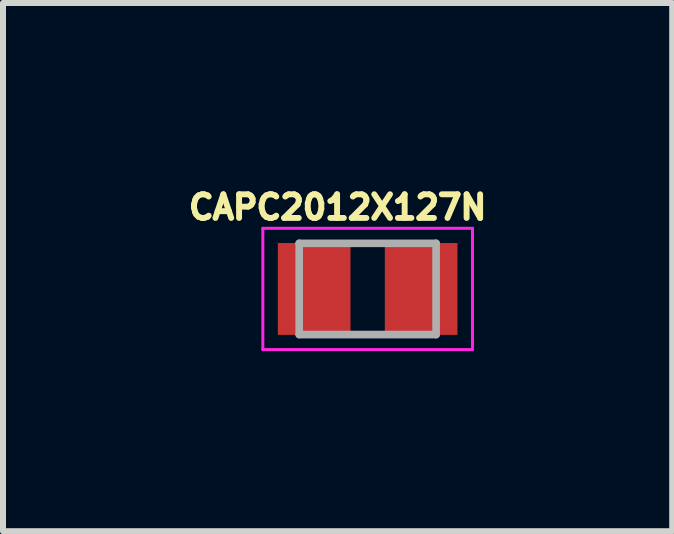
<source format=kicad_pcb>
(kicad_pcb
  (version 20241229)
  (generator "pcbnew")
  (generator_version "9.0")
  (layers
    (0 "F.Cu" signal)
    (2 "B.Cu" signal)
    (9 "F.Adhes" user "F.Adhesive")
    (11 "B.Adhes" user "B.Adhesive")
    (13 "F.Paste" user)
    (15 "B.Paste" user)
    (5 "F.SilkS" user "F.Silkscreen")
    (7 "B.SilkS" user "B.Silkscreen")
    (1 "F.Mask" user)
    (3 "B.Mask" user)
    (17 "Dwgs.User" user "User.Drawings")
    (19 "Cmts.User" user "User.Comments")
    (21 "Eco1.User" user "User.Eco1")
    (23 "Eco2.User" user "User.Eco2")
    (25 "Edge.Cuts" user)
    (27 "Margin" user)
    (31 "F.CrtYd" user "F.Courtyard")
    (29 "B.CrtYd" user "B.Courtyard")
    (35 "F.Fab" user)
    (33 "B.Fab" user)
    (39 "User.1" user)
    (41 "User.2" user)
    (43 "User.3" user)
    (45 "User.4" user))
  (footprint "CAPC2012X127N"
    (layer "F.Cu")
    (at 3.074 1.763)
    (property "Reference" "CAPC2012X127N" (at -0.5 -1.36 0) (layer "F.SilkS") (effects (font (size 0.394 0.394) (thickness 0.15))))
    (attr through_hole)
    (fp_line (start -1.746 -1.01) (end 1.746 -1.01) (stroke (width 0.05) (type solid)) (layer "F.CrtYd"))
    (fp_line (start -1.746 1.01) (end -1.746 -1.01) (stroke (width 0.05) (type solid)) (layer "F.CrtYd"))
    (fp_line (start -1.746 1.01) (end 1.746 1.01) (stroke (width 0.05) (type solid)) (layer "F.CrtYd"))
    (fp_line (start 1.746 1.01) (end 1.746 -1.01) (stroke (width 0.05) (type solid)) (layer "F.CrtYd"))
    (fp_line (start -1.14 0.76) (end -1.14 -0.76) (stroke (width 0.127) (type solid)) (layer "F.Fab"))
    (fp_line (start 1.14 -0.76) (end -1.14 -0.76) (stroke (width 0.127) (type solid)) (layer "F.Fab"))
    (fp_line (start 1.14 0.76) (end -1.14 0.76) (stroke (width 0.127) (type solid)) (layer "F.Fab"))
    (fp_line (start 1.14 0.76) (end 1.14 -0.76) (stroke (width 0.127) (type solid)) (layer "F.Fab"))
    (pad "1" smd rect (at -0.891 0) (size 1.21 1.53) (layers "F.Cu" "F.Mask" "F.Paste"))
    (pad "2" smd rect (at 0.891 0) (size 1.21 1.53) (layers "F.Cu" "F.Mask" "F.Paste")))
  (gr_rect
    (start -3 -3)
    (end 8.147 5.798)
    (stroke (width 0.1) (type default))
    (fill no)
    (layer "Edge.Cuts")))
</source>
